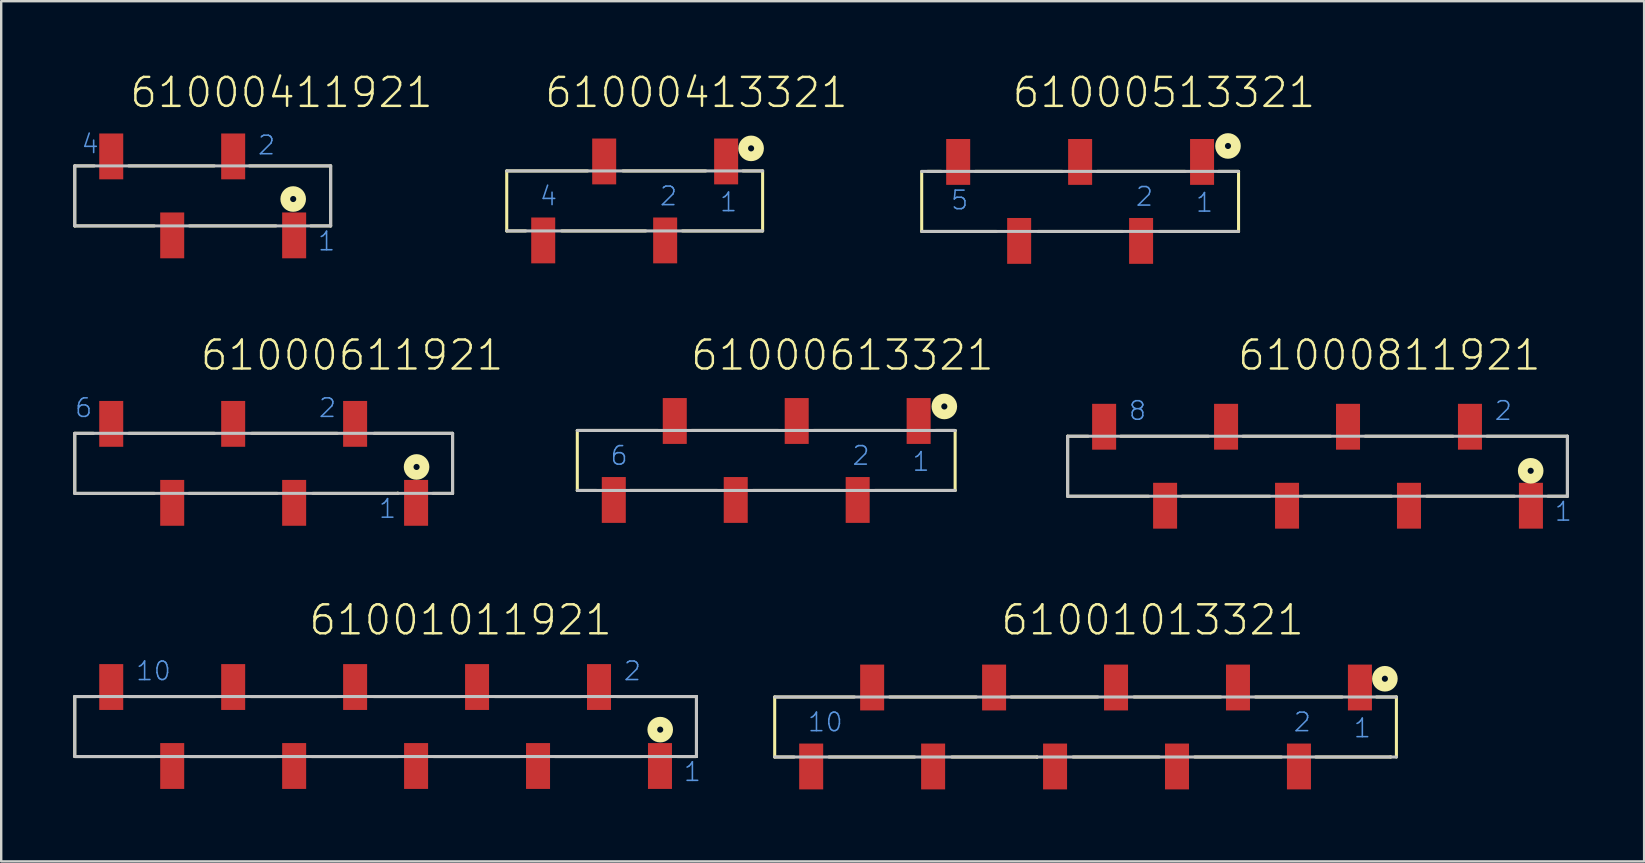
<source format=kicad_pcb>
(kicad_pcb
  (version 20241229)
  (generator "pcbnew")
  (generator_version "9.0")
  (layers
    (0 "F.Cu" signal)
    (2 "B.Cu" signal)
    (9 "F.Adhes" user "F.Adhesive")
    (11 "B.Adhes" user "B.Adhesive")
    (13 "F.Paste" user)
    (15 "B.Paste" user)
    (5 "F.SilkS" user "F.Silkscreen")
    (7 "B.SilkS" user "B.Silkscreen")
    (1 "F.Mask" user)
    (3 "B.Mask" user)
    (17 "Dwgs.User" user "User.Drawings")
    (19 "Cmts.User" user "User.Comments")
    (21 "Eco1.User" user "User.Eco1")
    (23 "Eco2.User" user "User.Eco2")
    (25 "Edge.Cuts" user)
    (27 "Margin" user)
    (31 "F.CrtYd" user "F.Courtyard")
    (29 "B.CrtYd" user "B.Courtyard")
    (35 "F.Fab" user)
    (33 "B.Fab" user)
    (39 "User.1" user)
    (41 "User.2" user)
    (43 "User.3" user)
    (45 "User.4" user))
  (footprint "61000513321"
    (layer "F.Cu")
    (at 41.947 5.341)
    (property "Reference" "61000513321" (at -2.89 -3.83 0) (layer "F.SilkS") (effects (font (size 1.206 1.206) (thickness 0.102)) (justify left bottom)))
    (attr through_hole)
    (fp_line (start -6.6 1.25) (end -6.6 -1.25) (stroke (width 0.127) (type solid)) (layer "F.SilkS"))
    (fp_line (start -5.78 -1.25) (end -6.36 -1.25) (stroke (width 0.127) (type solid)) (layer "F.SilkS"))
    (fp_line (start -4.37 -1.25) (end -0.74 -1.25) (stroke (width 0.127) (type solid)) (layer "F.SilkS"))
    (fp_line (start -3.49 1.25) (end -6.6 1.25) (stroke (width 0.127) (type solid)) (layer "F.SilkS"))
    (fp_line (start -1.75 1.25) (end 1.76 1.25) (stroke (width 0.127) (type solid)) (layer "F.SilkS"))
    (fp_line (start 0.71 -1.25) (end 4.38 -1.25) (stroke (width 0.127) (type solid)) (layer "F.SilkS"))
    (fp_line (start 3.31 1.25) (end 6.6 1.25) (stroke (width 0.127) (type solid)) (layer "F.SilkS"))
    (fp_line (start 5.76 -1.25) (end 6.6 -1.25) (stroke (width 0.127) (type solid)) (layer "F.SilkS"))
    (fp_line (start 6.6 -1.25) (end 6.6 1.25) (stroke (width 0.127) (type solid)) (layer "F.SilkS"))
    (fp_circle (center 6.16 -2.31) (end 6.287 -2.31) (stroke (width 0.406) (type solid)) (fill no) (layer "F.SilkS"))
    (fp_line (start -6.6 -1.25) (end 6.6 -1.25) (stroke (width 0.127) (type solid)) (layer "Dwgs.User"))
    (fp_line (start 6.6 1.25) (end -6.6 1.25) (stroke (width 0.127) (type solid)) (layer "Dwgs.User"))
    (fp_text user "1" (at 4.77 0.5 0) (layer "Cmts.User") (effects (font (size 0.772 0.772) (thickness 0.065)) (justify left bottom)))
    (fp_text user "2" (at 2.27 0.25 0) (layer "Cmts.User") (effects (font (size 0.772 0.772) (thickness 0.065)) (justify left bottom)))
    (fp_text user "5" (at -5.43 0.4 0) (layer "Cmts.User") (effects (font (size 0.772 0.772) (thickness 0.065)) (justify left bottom)))
    (pad "1" smd rect (at 5.08 -1.645 180) (size 1 1.91) (layers "F.Cu" "F.Mask" "F.Paste"))
    (pad "2" smd rect (at 2.54 1.645 180) (size 1 1.91) (layers "F.Cu" "F.Mask" "F.Paste"))
    (pad "3" smd rect (at 0 -1.645 180) (size 1 1.91) (layers "F.Cu" "F.Mask" "F.Paste"))
    (pad "4" smd rect (at -2.54 1.645 180) (size 1 1.91) (layers "F.Cu" "F.Mask" "F.Paste"))
    (pad "5" smd rect (at -5.08 -1.645 180) (size 1 1.91) (layers "F.Cu" "F.Mask" "F.Paste")))
  (footprint "61000613321"
    (layer "F.Cu")
    (at 28.87 16.133)
    (property "Reference" "61000613321" (at -3.21 -3.68 0) (layer "F.SilkS") (effects (font (size 1.206 1.206) (thickness 0.102)) (justify left bottom)))
    (attr through_hole)
    (fp_line (start -7.87 1.25) (end -7.87 -1.25) (stroke (width 0.127) (type solid)) (layer "F.SilkS"))
    (fp_line (start -7.06 1.25) (end -7.87 1.25) (stroke (width 0.127) (type solid)) (layer "F.SilkS"))
    (fp_line (start -5.68 1.25) (end -2.03 1.25) (stroke (width 0.127) (type solid)) (layer "F.SilkS"))
    (fp_line (start -4.49 -1.25) (end -7.87 -1.25) (stroke (width 0.127) (type solid)) (layer "F.SilkS"))
    (fp_line (start -3.11 -1.25) (end 0.52 -1.25) (stroke (width 0.127) (type solid)) (layer "F.SilkS"))
    (fp_line (start -0.55 1.25) (end 3.08 1.25) (stroke (width 0.127) (type solid)) (layer "F.SilkS"))
    (fp_line (start 1.98 -1.25) (end 5.59 -1.25) (stroke (width 0.127) (type solid)) (layer "F.SilkS"))
    (fp_line (start 4.53 1.25) (end 7.87 1.25) (stroke (width 0.127) (type solid)) (layer "F.SilkS"))
    (fp_line (start 7.06 -1.25) (end 7.87 -1.25) (stroke (width 0.127) (type solid)) (layer "F.SilkS"))
    (fp_line (start 7.87 -1.25) (end 7.87 1.25) (stroke (width 0.127) (type solid)) (layer "F.SilkS"))
    (fp_circle (center 7.42 -2.25) (end 7.547 -2.25) (stroke (width 0.406) (type solid)) (fill no) (layer "F.SilkS"))
    (fp_line (start -7.87 -1.25) (end 7.87 -1.25) (stroke (width 0.127) (type solid)) (layer "Dwgs.User"))
    (fp_line (start 7.87 1.25) (end -7.87 1.25) (stroke (width 0.127) (type solid)) (layer "Dwgs.User"))
    (fp_text user "1" (at 6.04 0.5 0) (layer "Cmts.User") (effects (font (size 0.772 0.772) (thickness 0.065)) (justify left bottom)))
    (fp_text user "6" (at -6.54 0.25 0) (layer "Cmts.User") (effects (font (size 0.772 0.772) (thickness 0.065)) (justify left bottom)))
    (fp_text user "2" (at 3.54 0.25 0) (layer "Cmts.User") (effects (font (size 0.772 0.772) (thickness 0.065)) (justify left bottom)))
    (pad "1" smd rect (at 6.35 -1.645) (size 1 1.91) (layers "F.Cu" "F.Mask" "F.Paste"))
    (pad "2" smd rect (at 3.81 1.645) (size 1 1.91) (layers "F.Cu" "F.Mask" "F.Paste"))
    (pad "3" smd rect (at 1.27 -1.645) (size 1 1.91) (layers "F.Cu" "F.Mask" "F.Paste"))
    (pad "4" smd rect (at -1.27 1.645) (size 1 1.91) (layers "F.Cu" "F.Mask" "F.Paste"))
    (pad "5" smd rect (at -3.81 -1.645) (size 1 1.91) (layers "F.Cu" "F.Mask" "F.Paste"))
    (pad "6" smd rect (at -6.35 1.645) (size 1 1.91) (layers "F.Cu" "F.Mask" "F.Paste")))
  (footprint "61000411921"
    (layer "F.Cu")
    (at 5.394 5.111)
    (property "Reference" "61000411921" (at -3.1 -3.6 0) (layer "F.SilkS") (effects (font (size 1.206 1.206) (thickness 0.102)) (justify left bottom)))
    (attr through_hole)
    (fp_line (start -5.33 -1.25) (end -5.33 1.25) (stroke (width 0.127) (type solid)) (layer "F.SilkS"))
    (fp_line (start -5.33 1.25) (end -2.02 1.25) (stroke (width 0.127) (type solid)) (layer "F.SilkS"))
    (fp_line (start -4.52 -1.25) (end -5.33 -1.25) (stroke (width 0.127) (type solid)) (layer "F.SilkS"))
    (fp_line (start -3.08 -1.25) (end 0.48 -1.25) (stroke (width 0.127) (type solid)) (layer "F.SilkS"))
    (fp_line (start -0.55 1.25) (end 3.05 1.25) (stroke (width 0.127) (type solid)) (layer "F.SilkS"))
    (fp_line (start 1.95 -1.25) (end 5.33 -1.25) (stroke (width 0.127) (type solid)) (layer "F.SilkS"))
    (fp_line (start 5.33 -1.25) (end 5.33 1.25) (stroke (width 0.127) (type solid)) (layer "F.SilkS"))
    (fp_line (start 5.33 1.25) (end 4.5 1.25) (stroke (width 0.127) (type solid)) (layer "F.SilkS"))
    (fp_circle (center 3.77 0.13) (end 3.897 0.13) (stroke (width 0.406) (type solid)) (fill no) (layer "F.SilkS"))
    (fp_line (start -5.33 -1.25) (end -5.33 1.25) (stroke (width 0.127) (type solid)) (layer "Dwgs.User"))
    (fp_line (start -5.33 -1.25) (end 5.33 -1.25) (stroke (width 0.127) (type solid)) (layer "Dwgs.User"))
    (fp_line (start 5.33 -1.25) (end 5.33 1.25) (stroke (width 0.127) (type solid)) (layer "Dwgs.User"))
    (fp_line (start 5.33 1.25) (end -5.33 1.25) (stroke (width 0.127) (type solid)) (layer "Dwgs.User"))
    (fp_text user "4" (at -5.1 -1.71 0) (layer "Cmts.User") (effects (font (size 0.772 0.772) (thickness 0.065)) (justify left bottom)))
    (fp_text user "2" (at 2.25 -1.66 0) (layer "Cmts.User") (effects (font (size 0.772 0.772) (thickness 0.065)) (justify left bottom)))
    (fp_text user "1" (at 4.75 2.34 0) (layer "Cmts.User") (effects (font (size 0.772 0.772) (thickness 0.065)) (justify left bottom)))
    (pad "1" smd rect (at 3.81 1.645) (size 1 1.91) (layers "F.Cu" "F.Mask" "F.Paste"))
    (pad "2" smd rect (at 1.27 -1.645) (size 1 1.91) (layers "F.Cu" "F.Mask" "F.Paste"))
    (pad "3" smd rect (at -1.27 1.645) (size 1 1.91) (layers "F.Cu" "F.Mask" "F.Paste"))
    (pad "4" smd rect (at -3.81 -1.645) (size 1 1.91) (layers "F.Cu" "F.Mask" "F.Paste")))
  (footprint "61001011921"
    (layer "F.Cu")
    (at 13.014 27.216)
    (property "Reference" "61001011921" (at -3.26 -3.732 0) (layer "F.SilkS") (effects (font (size 1.206 1.206) (thickness 0.102)) (justify left bottom)))
    (attr through_hole)
    (fp_line (start -12.95 -1.25) (end -12.95 1.25) (stroke (width 0.127) (type solid)) (layer "F.SilkS"))
    (fp_line (start -12.95 1.25) (end -9.59 1.25) (stroke (width 0.127) (type solid)) (layer "F.SilkS"))
    (fp_line (start -12.07 -1.25) (end -12.95 -1.25) (stroke (width 0.127) (type solid)) (layer "F.SilkS"))
    (fp_line (start -10.71 -1.25) (end -7.08 -1.25) (stroke (width 0.127) (type solid)) (layer "F.SilkS"))
    (fp_line (start -8.16 1.25) (end -4.53 1.25) (stroke (width 0.127) (type solid)) (layer "F.SilkS"))
    (fp_line (start -5.63 -1.25) (end -2.02 -1.25) (stroke (width 0.127) (type solid)) (layer "F.SilkS"))
    (fp_line (start -3.08 1.25) (end 0.53 1.25) (stroke (width 0.127) (type solid)) (layer "F.SilkS"))
    (fp_line (start -0.51 -1.25) (end 3.1 -1.25) (stroke (width 0.127) (type solid)) (layer "F.SilkS"))
    (fp_line (start 1.99 1.25) (end 5.6 1.25) (stroke (width 0.127) (type solid)) (layer "F.SilkS"))
    (fp_line (start 4.54 -1.25) (end 8.15 -1.25) (stroke (width 0.127) (type solid)) (layer "F.SilkS"))
    (fp_line (start 7.05 1.25) (end 10.66 1.25) (stroke (width 0.127) (type solid)) (layer "F.SilkS"))
    (fp_line (start 9.62 -1.25) (end 12.95 -1.25) (stroke (width 0.127) (type solid)) (layer "F.SilkS"))
    (fp_line (start 12.95 -1.25) (end 12.95 1.25) (stroke (width 0.127) (type solid)) (layer "F.SilkS"))
    (fp_line (start 12.95 1.25) (end 12.15 1.25) (stroke (width 0.127) (type solid)) (layer "F.SilkS"))
    (fp_circle (center 11.44 0.13) (end 11.567 0.13) (stroke (width 0.406) (type solid)) (fill no) (layer "F.SilkS"))
    (fp_line (start -12.95 -1.25) (end -12.95 1.25) (stroke (width 0.127) (type solid)) (layer "Dwgs.User"))
    (fp_line (start -12.95 -1.25) (end 12.95 -1.25) (stroke (width 0.127) (type solid)) (layer "Dwgs.User"))
    (fp_line (start 12.95 -1.25) (end 12.95 1.25) (stroke (width 0.127) (type solid)) (layer "Dwgs.User"))
    (fp_line (start 12.95 1.25) (end -12.95 1.25) (stroke (width 0.127) (type solid)) (layer "Dwgs.User"))
    (fp_text user "1" (at 12.37 2.34 0) (layer "Cmts.User") (effects (font (size 0.772 0.772) (thickness 0.065)) (justify left bottom)))
    (fp_text user "2" (at 9.87 -1.86 0) (layer "Cmts.User") (effects (font (size 0.772 0.772) (thickness 0.065)) (justify left bottom)))
    (fp_text user "10" (at -10.45 -1.86 0) (layer "Cmts.User") (effects (font (size 0.772 0.772) (thickness 0.065)) (justify left bottom)))
    (pad "1" smd rect (at 11.43 1.645) (size 1 1.91) (layers "F.Cu" "F.Mask" "F.Paste"))
    (pad "2" smd rect (at 8.89 -1.645) (size 1 1.91) (layers "F.Cu" "F.Mask" "F.Paste"))
    (pad "3" smd rect (at 6.35 1.645) (size 1 1.91) (layers "F.Cu" "F.Mask" "F.Paste"))
    (pad "4" smd rect (at 3.81 -1.645) (size 1 1.91) (layers "F.Cu" "F.Mask" "F.Paste"))
    (pad "5" smd rect (at 1.27 1.645) (size 1 1.91) (layers "F.Cu" "F.Mask" "F.Paste"))
    (pad "6" smd rect (at -1.27 -1.645) (size 1 1.91) (layers "F.Cu" "F.Mask" "F.Paste"))
    (pad "7" smd rect (at -3.81 1.645) (size 1 1.91) (layers "F.Cu" "F.Mask" "F.Paste"))
    (pad "8" smd rect (at -6.35 -1.645) (size 1 1.91) (layers "F.Cu" "F.Mask" "F.Paste"))
    (pad "9" smd rect (at -8.89 1.645) (size 1 1.91) (layers "F.Cu" "F.Mask" "F.Paste"))
    (pad "10" smd rect (at -11.43 -1.645) (size 1 1.91) (layers "F.Cu" "F.Mask" "F.Paste")))
  (footprint "61000811921"
    (layer "F.Cu")
    (at 51.837 16.373)
    (property "Reference" "61000811921" (at -3.39 -3.92 0) (layer "F.SilkS") (effects (font (size 1.206 1.206) (thickness 0.102)) (justify left bottom)))
    (attr through_hole)
    (fp_line (start -10.41 -1.25) (end -10.41 1.25) (stroke (width 0.127) (type solid)) (layer "F.SilkS"))
    (fp_line (start -10.41 1.25) (end -7.04 1.25) (stroke (width 0.127) (type solid)) (layer "F.SilkS"))
    (fp_line (start -9.56 -1.25) (end -10.41 -1.25) (stroke (width 0.127) (type solid)) (layer "F.SilkS"))
    (fp_line (start -8.2 -1.25) (end -4.55 -1.25) (stroke (width 0.127) (type solid)) (layer "F.SilkS"))
    (fp_line (start -5.64 1.25) (end -1.99 1.25) (stroke (width 0.127) (type solid)) (layer "F.SilkS"))
    (fp_line (start -3.11 -1.25) (end 0.54 -1.25) (stroke (width 0.127) (type solid)) (layer "F.SilkS"))
    (fp_line (start -0.57 1.25) (end 3.08 1.25) (stroke (width 0.127) (type solid)) (layer "F.SilkS"))
    (fp_line (start 1.99 -1.25) (end 5.64 -1.25) (stroke (width 0.127) (type solid)) (layer "F.SilkS"))
    (fp_line (start 4.55 1.25) (end 8.2 1.25) (stroke (width 0.127) (type solid)) (layer "F.SilkS"))
    (fp_line (start 7.06 -1.25) (end 10.41 -1.25) (stroke (width 0.127) (type solid)) (layer "F.SilkS"))
    (fp_line (start 10.41 -1.25) (end 10.41 1.25) (stroke (width 0.127) (type solid)) (layer "F.SilkS"))
    (fp_line (start 10.41 1.25) (end 9.6 1.25) (stroke (width 0.127) (type solid)) (layer "F.SilkS"))
    (fp_circle (center 8.88 0.19) (end 9.007 0.19) (stroke (width 0.406) (type solid)) (fill no) (layer "F.SilkS"))
    (fp_line (start -10.41 -1.25) (end -10.41 1.25) (stroke (width 0.127) (type solid)) (layer "Dwgs.User"))
    (fp_line (start -10.41 -1.25) (end 10.41 -1.25) (stroke (width 0.127) (type solid)) (layer "Dwgs.User"))
    (fp_line (start 10.41 -1.25) (end 10.41 1.25) (stroke (width 0.127) (type solid)) (layer "Dwgs.User"))
    (fp_line (start 10.41 1.25) (end -10.41 1.25) (stroke (width 0.127) (type solid)) (layer "Dwgs.User"))
    (fp_text user "2" (at 7.33 -1.86 0) (layer "Cmts.User") (effects (font (size 0.772 0.772) (thickness 0.065)) (justify left bottom)))
    (fp_text user "8" (at -7.91 -1.86 0) (layer "Cmts.User") (effects (font (size 0.772 0.772) (thickness 0.065)) (justify left bottom)))
    (fp_text user "1" (at 9.83 2.34 0) (layer "Cmts.User") (effects (font (size 0.772 0.772) (thickness 0.065)) (justify left bottom)))
    (pad "1" smd rect (at 8.89 1.645) (size 1 1.91) (layers "F.Cu" "F.Mask" "F.Paste"))
    (pad "2" smd rect (at 6.35 -1.645) (size 1 1.91) (layers "F.Cu" "F.Mask" "F.Paste"))
    (pad "3" smd rect (at 3.81 1.645) (size 1 1.91) (layers "F.Cu" "F.Mask" "F.Paste"))
    (pad "4" smd rect (at 1.27 -1.645) (size 1 1.91) (layers "F.Cu" "F.Mask" "F.Paste"))
    (pad "5" smd rect (at -1.27 1.645) (size 1 1.91) (layers "F.Cu" "F.Mask" "F.Paste"))
    (pad "6" smd rect (at -3.81 -1.645) (size 1 1.91) (layers "F.Cu" "F.Mask" "F.Paste"))
    (pad "7" smd rect (at -6.35 1.645) (size 1 1.91) (layers "F.Cu" "F.Mask" "F.Paste"))
    (pad "8" smd rect (at -8.89 -1.645) (size 1 1.91) (layers "F.Cu" "F.Mask" "F.Paste")))
  (footprint "61001013321"
    (layer "F.Cu")
    (at 42.173 27.236)
    (property "Reference" "61001013321" (at -3.59 -3.752 0) (layer "F.SilkS") (effects (font (size 1.206 1.206) (thickness 0.102)) (justify left bottom)))
    (attr through_hole)
    (fp_line (start -12.95 1.25) (end -12.95 -1.25) (stroke (width 0.127) (type solid)) (layer "F.SilkS"))
    (fp_line (start -12.14 1.25) (end -12.95 1.25) (stroke (width 0.127) (type solid)) (layer "F.SilkS"))
    (fp_line (start -10.69 1.25) (end -7.12 1.25) (stroke (width 0.127) (type solid)) (layer "F.SilkS"))
    (fp_line (start -9.63 -1.25) (end -12.95 -1.25) (stroke (width 0.127) (type solid)) (layer "F.SilkS"))
    (fp_line (start -8.16 -1.25) (end -4.55 -1.25) (stroke (width 0.127) (type solid)) (layer "F.SilkS"))
    (fp_line (start -5.57 1.25) (end -2.02 1.25) (stroke (width 0.127) (type solid)) (layer "F.SilkS"))
    (fp_line (start -3.1 -1.25) (end 0.51 -1.25) (stroke (width 0.127) (type solid)) (layer "F.SilkS"))
    (fp_line (start -2.02 1.25) (end -2.02 1.26) (stroke (width 0.127) (type solid)) (layer "F.SilkS"))
    (fp_line (start -0.52 1.25) (end 3.07 1.25) (stroke (width 0.127) (type solid)) (layer "F.SilkS"))
    (fp_line (start 2.02 -1.25) (end 5.63 -1.25) (stroke (width 0.127) (type solid)) (layer "F.SilkS"))
    (fp_line (start 4.55 1.25) (end 8.16 1.25) (stroke (width 0.127) (type solid)) (layer "F.SilkS"))
    (fp_line (start 7.08 -1.25) (end 10.69 -1.25) (stroke (width 0.127) (type solid)) (layer "F.SilkS"))
    (fp_line (start 9.59 1.25) (end 12.71 1.25) (stroke (width 0.127) (type solid)) (layer "F.SilkS"))
    (fp_line (start 12.12 -1.25) (end 12.95 -1.25) (stroke (width 0.127) (type solid)) (layer "F.SilkS"))
    (fp_line (start 12.71 1.25) (end 12.71 1.24) (stroke (width 0.127) (type solid)) (layer "F.SilkS"))
    (fp_line (start 12.95 -1.25) (end 12.95 1.25) (stroke (width 0.127) (type solid)) (layer "F.SilkS"))
    (fp_circle (center 12.47 -2.01) (end 12.597 -2.01) (stroke (width 0.406) (type solid)) (fill no) (layer "F.SilkS"))
    (fp_line (start -12.95 -1.25) (end 12.95 -1.25) (stroke (width 0.127) (type solid)) (layer "Dwgs.User"))
    (fp_line (start 12.95 1.25) (end -12.95 1.25) (stroke (width 0.127) (type solid)) (layer "Dwgs.User"))
    (fp_text user "10" (at -11.62 0.25 0) (layer "Cmts.User") (effects (font (size 0.772 0.772) (thickness 0.065)) (justify left bottom)))
    (fp_text user "1" (at 11.12 0.5 0) (layer "Cmts.User") (effects (font (size 0.772 0.772) (thickness 0.065)) (justify left bottom)))
    (fp_text user "2" (at 8.62 0.25 0) (layer "Cmts.User") (effects (font (size 0.772 0.772) (thickness 0.065)) (justify left bottom)))
    (pad "1" smd rect (at 11.43 -1.645) (size 1 1.91) (layers "F.Cu" "F.Mask" "F.Paste"))
    (pad "2" smd rect (at 8.89 1.645) (size 1 1.91) (layers "F.Cu" "F.Mask" "F.Paste"))
    (pad "3" smd rect (at 6.35 -1.645) (size 1 1.91) (layers "F.Cu" "F.Mask" "F.Paste"))
    (pad "4" smd rect (at 3.81 1.645) (size 1 1.91) (layers "F.Cu" "F.Mask" "F.Paste"))
    (pad "5" smd rect (at 1.27 -1.645) (size 1 1.91) (layers "F.Cu" "F.Mask" "F.Paste"))
    (pad "6" smd rect (at -1.27 1.645) (size 1 1.91) (layers "F.Cu" "F.Mask" "F.Paste"))
    (pad "7" smd rect (at -3.81 -1.645) (size 1 1.91) (layers "F.Cu" "F.Mask" "F.Paste"))
    (pad "8" smd rect (at -6.35 1.645) (size 1 1.91) (layers "F.Cu" "F.Mask" "F.Paste"))
    (pad "9" smd rect (at -8.89 -1.645) (size 1 1.91) (layers "F.Cu" "F.Mask" "F.Paste"))
    (pad "10" smd rect (at -11.43 1.645) (size 1 1.91) (layers "F.Cu" "F.Mask" "F.Paste")))
  (footprint "61000413321"
    (layer "F.Cu")
    (at 23.39 5.321)
    (property "Reference" "61000413321" (at -3.81 -3.81 0) (layer "F.SilkS") (effects (font (size 1.206 1.206) (thickness 0.102)) (justify left bottom)))
    (attr through_hole)
    (fp_line (start -5.33 1.25) (end -5.33 -1.25) (stroke (width 0.127) (type solid)) (layer "F.SilkS"))
    (fp_line (start -4.54 1.25) (end -5.33 1.25) (stroke (width 0.127) (type solid)) (layer "F.SilkS"))
    (fp_line (start -3.04 1.25) (end 0.46 1.25) (stroke (width 0.127) (type solid)) (layer "F.SilkS"))
    (fp_line (start -1.96 -1.25) (end -5.33 -1.25) (stroke (width 0.127) (type solid)) (layer "F.SilkS"))
    (fp_line (start -0.49 -1.25) (end 2.96 -1.25) (stroke (width 0.127) (type solid)) (layer "F.SilkS"))
    (fp_line (start 1.99 1.25) (end 5.33 1.25) (stroke (width 0.127) (type solid)) (layer "F.SilkS"))
    (fp_line (start 4.51 -1.25) (end 5.33 -1.25) (stroke (width 0.127) (type solid)) (layer "F.SilkS"))
    (fp_line (start 5.33 -1.25) (end 5.33 1.25) (stroke (width 0.127) (type solid)) (layer "F.SilkS"))
    (fp_circle (center 4.85 -2.19) (end 4.977 -2.19) (stroke (width 0.406) (type solid)) (fill no) (layer "F.SilkS"))
    (fp_line (start -5.33 -1.25) (end 5.33 -1.25) (stroke (width 0.127) (type solid)) (layer "Dwgs.User"))
    (fp_line (start 5.33 1.25) (end -5.33 1.25) (stroke (width 0.127) (type solid)) (layer "Dwgs.User"))
    (fp_text user "2" (at 1 0.25 0) (layer "Cmts.User") (effects (font (size 0.772 0.772) (thickness 0.065)) (justify left bottom)))
    (fp_text user "1" (at 3.5 0.5 0) (layer "Cmts.User") (effects (font (size 0.772 0.772) (thickness 0.065)) (justify left bottom)))
    (fp_text user "4" (at -4 0.25 0) (layer "Cmts.User") (effects (font (size 0.772 0.772) (thickness 0.065)) (justify left bottom)))
    (pad "1" smd rect (at 3.81 -1.645) (size 1 1.91) (layers "F.Cu" "F.Mask" "F.Paste"))
    (pad "2" smd rect (at 1.27 1.645) (size 1 1.91) (layers "F.Cu" "F.Mask" "F.Paste"))
    (pad "3" smd rect (at -1.27 -1.645) (size 1 1.91) (layers "F.Cu" "F.Mask" "F.Paste"))
    (pad "4" smd rect (at -3.81 1.645) (size 1 1.91) (layers "F.Cu" "F.Mask" "F.Paste")))
  (footprint "61000611921"
    (layer "F.Cu")
    (at 7.934 16.253)
    (property "Reference" "61000611921" (at -2.7 -3.8 0) (layer "F.SilkS") (effects (font (size 1.206 1.206) (thickness 0.102)) (justify left bottom)))
    (attr through_hole)
    (fp_line (start -7.87 -1.25) (end -7.87 1.25) (stroke (width 0.127) (type solid)) (layer "F.SilkS"))
    (fp_line (start -7.87 1.25) (end -4.56 1.25) (stroke (width 0.127) (type solid)) (layer "F.SilkS"))
    (fp_line (start -7.09 -1.25) (end -7.87 -1.25) (stroke (width 0.127) (type solid)) (layer "F.SilkS"))
    (fp_line (start -5.62 -1.25) (end -2.05 -1.25) (stroke (width 0.127) (type solid)) (layer "F.SilkS"))
    (fp_line (start -3.11 1.25) (end 0.56 1.25) (stroke (width 0.127) (type solid)) (layer "F.SilkS"))
    (fp_line (start -0.5 -1.25) (end 3.07 -1.25) (stroke (width 0.127) (type solid)) (layer "F.SilkS"))
    (fp_line (start 2.05 1.25) (end 5.59 1.25) (stroke (width 0.127) (type solid)) (layer "F.SilkS"))
    (fp_line (start 4.6 -1.25) (end 7.87 -1.25) (stroke (width 0.127) (type solid)) (layer "F.SilkS"))
    (fp_line (start 5.59 1.25) (end 5.59 1.24) (stroke (width 0.127) (type solid)) (layer "F.SilkS"))
    (fp_line (start 7.87 -1.25) (end 7.87 1.25) (stroke (width 0.127) (type solid)) (layer "F.SilkS"))
    (fp_line (start 7.87 1.25) (end 7.05 1.25) (stroke (width 0.127) (type solid)) (layer "F.SilkS"))
    (fp_circle (center 6.37 0.15) (end 6.497 0.15) (stroke (width 0.406) (type solid)) (fill no) (layer "F.SilkS"))
    (fp_line (start -7.87 -1.25) (end -7.87 1.25) (stroke (width 0.127) (type solid)) (layer "Dwgs.User"))
    (fp_line (start -7.87 -1.25) (end 7.87 -1.25) (stroke (width 0.127) (type solid)) (layer "Dwgs.User"))
    (fp_line (start 7.87 -1.25) (end 7.87 1.25) (stroke (width 0.127) (type solid)) (layer "Dwgs.User"))
    (fp_line (start 7.87 1.25) (end -7.87 1.25) (stroke (width 0.127) (type solid)) (layer "Dwgs.User"))
    (fp_text user "2" (at 2.25 -1.86 0) (layer "Cmts.User") (effects (font (size 0.772 0.772) (thickness 0.065)) (justify left bottom)))
    (fp_text user "1" (at 4.75 2.34 0) (layer "Cmts.User") (effects (font (size 0.772 0.772) (thickness 0.065)) (justify left bottom)))
    (fp_text user "6" (at -7.91 -1.86 0) (layer "Cmts.User") (effects (font (size 0.772 0.772) (thickness 0.065)) (justify left bottom)))
    (pad "1" smd rect (at 6.35 1.645) (size 1 1.91) (layers "F.Cu" "F.Mask" "F.Paste"))
    (pad "2" smd rect (at 3.81 -1.645) (size 1 1.91) (layers "F.Cu" "F.Mask" "F.Paste"))
    (pad "3" smd rect (at 1.27 1.645) (size 1 1.91) (layers "F.Cu" "F.Mask" "F.Paste"))
    (pad "4" smd rect (at -1.27 -1.645) (size 1 1.91) (layers "F.Cu" "F.Mask" "F.Paste"))
    (pad "5" smd rect (at -3.81 1.645) (size 1 1.91) (layers "F.Cu" "F.Mask" "F.Paste"))
    (pad "6" smd rect (at -6.35 -1.645) (size 1 1.91) (layers "F.Cu" "F.Mask" "F.Paste")))
  (gr_rect
    (start -3 -3)
    (end 65.443 32.836)
    (stroke (width 0.1) (type default))
    (fill no)
    (layer "Edge.Cuts")))
</source>
